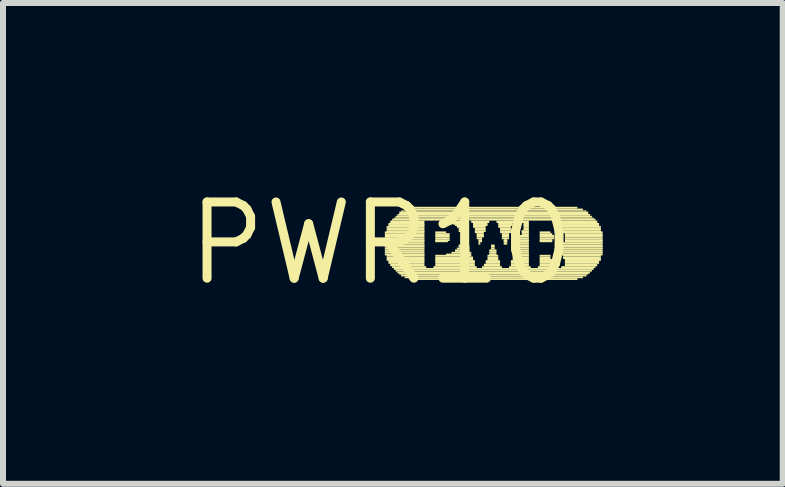
<source format=kicad_pcb>
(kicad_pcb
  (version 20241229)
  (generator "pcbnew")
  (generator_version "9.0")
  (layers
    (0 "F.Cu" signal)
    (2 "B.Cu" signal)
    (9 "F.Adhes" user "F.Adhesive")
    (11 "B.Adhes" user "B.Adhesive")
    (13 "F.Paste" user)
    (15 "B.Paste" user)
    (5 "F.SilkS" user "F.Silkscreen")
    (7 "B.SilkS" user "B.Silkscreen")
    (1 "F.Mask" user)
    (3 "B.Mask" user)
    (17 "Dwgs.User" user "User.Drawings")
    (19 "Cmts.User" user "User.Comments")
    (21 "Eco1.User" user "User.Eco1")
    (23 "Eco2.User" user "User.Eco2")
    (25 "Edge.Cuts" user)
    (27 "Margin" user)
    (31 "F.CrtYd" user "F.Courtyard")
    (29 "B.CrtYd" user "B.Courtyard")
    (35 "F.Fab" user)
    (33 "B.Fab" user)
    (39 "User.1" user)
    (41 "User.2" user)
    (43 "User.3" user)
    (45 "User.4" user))
  (footprint "PWR10"
    (layer "F.Cu")
    (at 3.303 1.006)
    (property "Reference" "PWR10" (at 0 0 0) (layer "F.SilkS") (effects (font (size 1.27 1.27) (thickness 0.15))))
    (fp_poly (pts (xy 0.06 -0.17) (xy 0.72 -0.17) (xy 0.72 -0.2) (xy 0.06 -0.2)) (stroke (width 0) (type default)) (fill yes) (layer "F.SilkS"))
    (fp_poly (pts (xy 0.06 -0.14) (xy 0.72 -0.14) (xy 0.72 -0.17) (xy 0.06 -0.17)) (stroke (width 0) (type default)) (fill yes) (layer "F.SilkS"))
    (fp_poly (pts (xy 0.06 -0.1) (xy 0.72 -0.1) (xy 0.72 -0.14) (xy 0.06 -0.14)) (stroke (width 0) (type default)) (fill yes) (layer "F.SilkS"))
    (fp_poly (pts (xy 0.06 -0.07) (xy 0.72 -0.07) (xy 0.72 -0.1) (xy 0.06 -0.1)) (stroke (width 0) (type default)) (fill yes) (layer "F.SilkS"))
    (fp_poly (pts (xy 0.06 -0.04) (xy 0.72 -0.04) (xy 0.72 -0.07) (xy 0.06 -0.07)) (stroke (width 0) (type default)) (fill yes) (layer "F.SilkS"))
    (fp_poly (pts (xy 0.06 -0.02) (xy 0.72 -0.02) (xy 0.72 -0.05) (xy 0.06 -0.05)) (stroke (width 0) (type default)) (fill yes) (layer "F.SilkS"))
    (fp_poly (pts (xy 0.06 0.02) (xy 0.72 0.02) (xy 0.72 -0.02) (xy 0.06 -0.02)) (stroke (width 0) (type default)) (fill yes) (layer "F.SilkS"))
    (fp_poly (pts (xy 0.06 0.05) (xy 0.72 0.05) (xy 0.72 0.02) (xy 0.06 0.02)) (stroke (width 0) (type default)) (fill yes) (layer "F.SilkS"))
    (fp_poly (pts (xy 0.06 0.07) (xy 0.72 0.07) (xy 0.72 0.04) (xy 0.06 0.04)) (stroke (width 0) (type default)) (fill yes) (layer "F.SilkS"))
    (fp_poly (pts (xy 0.06 0.1) (xy 0.72 0.1) (xy 0.72 0.07) (xy 0.06 0.07)) (stroke (width 0) (type default)) (fill yes) (layer "F.SilkS"))
    (fp_poly (pts (xy 0.06 0.14) (xy 0.72 0.14) (xy 0.72 0.1) (xy 0.06 0.1)) (stroke (width 0) (type default)) (fill yes) (layer "F.SilkS"))
    (fp_poly (pts (xy 0.06 0.17) (xy 0.72 0.17) (xy 0.72 0.14) (xy 0.06 0.14)) (stroke (width 0) (type default)) (fill yes) (layer "F.SilkS"))
    (fp_poly (pts (xy 0.06 0.2) (xy 0.72 0.2) (xy 0.72 0.17) (xy 0.06 0.17)) (stroke (width 0) (type default)) (fill yes) (layer "F.SilkS"))
    (fp_poly (pts (xy 0.09 -0.26) (xy 0.72 -0.26) (xy 0.72 -0.29) (xy 0.09 -0.29)) (stroke (width 0) (type default)) (fill yes) (layer "F.SilkS"))
    (fp_poly (pts (xy 0.09 -0.22) (xy 0.72 -0.22) (xy 0.72 -0.26) (xy 0.09 -0.26)) (stroke (width 0) (type default)) (fill yes) (layer "F.SilkS"))
    (fp_poly (pts (xy 0.09 -0.19) (xy 0.72 -0.19) (xy 0.72 -0.22) (xy 0.09 -0.22)) (stroke (width 0) (type default)) (fill yes) (layer "F.SilkS"))
    (fp_poly (pts (xy 0.09 0.22) (xy 0.72 0.22) (xy 0.72 0.19) (xy 0.09 0.19)) (stroke (width 0) (type default)) (fill yes) (layer "F.SilkS"))
    (fp_poly (pts (xy 0.09 0.26) (xy 0.72 0.26) (xy 0.72 0.22) (xy 0.09 0.22)) (stroke (width 0) (type default)) (fill yes) (layer "F.SilkS"))
    (fp_poly (pts (xy 0.09 0.29) (xy 0.72 0.29) (xy 0.72 0.26) (xy 0.09 0.26)) (stroke (width 0) (type default)) (fill yes) (layer "F.SilkS"))
    (fp_poly (pts (xy 0.12 -0.31) (xy 0.72 -0.31) (xy 0.72 -0.34) (xy 0.12 -0.34)) (stroke (width 0) (type default)) (fill yes) (layer "F.SilkS"))
    (fp_poly (pts (xy 0.12 -0.29) (xy 0.72 -0.29) (xy 0.72 -0.32) (xy 0.12 -0.32)) (stroke (width 0) (type default)) (fill yes) (layer "F.SilkS"))
    (fp_poly (pts (xy 0.12 0.31) (xy 0.72 0.31) (xy 0.72 0.28) (xy 0.12 0.28)) (stroke (width 0) (type default)) (fill yes) (layer "F.SilkS"))
    (fp_poly (pts (xy 0.12 0.34) (xy 0.72 0.34) (xy 0.72 0.31) (xy 0.12 0.31)) (stroke (width 0) (type default)) (fill yes) (layer "F.SilkS"))
    (fp_poly (pts (xy 0.15 -0.34) (xy 0.72 -0.34) (xy 0.72 -0.38) (xy 0.15 -0.38)) (stroke (width 0) (type default)) (fill yes) (layer "F.SilkS"))
    (fp_poly (pts (xy 0.15 0.38) (xy 0.72 0.38) (xy 0.72 0.34) (xy 0.15 0.34)) (stroke (width 0) (type default)) (fill yes) (layer "F.SilkS"))
    (fp_poly (pts (xy 0.18 -0.38) (xy 1.44 -0.38) (xy 1.44 -0.41) (xy 0.18 -0.41)) (stroke (width 0) (type default)) (fill yes) (layer "F.SilkS"))
    (fp_poly (pts (xy 0.18 0.41) (xy 0.75 0.41) (xy 0.75 0.38) (xy 0.18 0.38)) (stroke (width 0) (type default)) (fill yes) (layer "F.SilkS"))
    (fp_poly (pts (xy 0.21 -0.41) (xy 3.54 -0.41) (xy 3.54 -0.43) (xy 0.21 -0.43)) (stroke (width 0) (type default)) (fill yes) (layer "F.SilkS"))
    (fp_poly (pts (xy 0.21 0.44) (xy 3.54 0.44) (xy 3.54 0.41) (xy 0.21 0.41)) (stroke (width 0) (type default)) (fill yes) (layer "F.SilkS"))
    (fp_poly (pts (xy 0.24 -0.43) (xy 3.51 -0.43) (xy 3.51 -0.46) (xy 0.24 -0.46)) (stroke (width 0) (type default)) (fill yes) (layer "F.SilkS"))
    (fp_poly (pts (xy 0.24 0.47) (xy 3.51 0.47) (xy 3.51 0.44) (xy 0.24 0.44)) (stroke (width 0) (type default)) (fill yes) (layer "F.SilkS"))
    (fp_poly (pts (xy 0.27 -0.46) (xy 3.48 -0.46) (xy 3.48 -0.49) (xy 0.27 -0.49)) (stroke (width 0) (type default)) (fill yes) (layer "F.SilkS"))
    (fp_poly (pts (xy 0.27 0.5) (xy 3.48 0.5) (xy 3.48 0.47) (xy 0.27 0.47)) (stroke (width 0) (type default)) (fill yes) (layer "F.SilkS"))
    (fp_poly (pts (xy 0.3 -0.49) (xy 3.45 -0.49) (xy 3.45 -0.53) (xy 0.3 -0.53)) (stroke (width 0) (type default)) (fill yes) (layer "F.SilkS"))
    (fp_poly (pts (xy 0.3 0.52) (xy 3.45 0.52) (xy 3.45 0.49) (xy 0.3 0.49)) (stroke (width 0) (type default)) (fill yes) (layer "F.SilkS"))
    (fp_poly (pts (xy 0.33 -0.53) (xy 3.42 -0.53) (xy 3.42 -0.55) (xy 0.33 -0.55)) (stroke (width 0) (type default)) (fill yes) (layer "F.SilkS"))
    (fp_poly (pts (xy 0.33 0.55) (xy 3.42 0.55) (xy 3.42 0.52) (xy 0.33 0.52)) (stroke (width 0) (type default)) (fill yes) (layer "F.SilkS"))
    (fp_poly (pts (xy 0.39 -0.55) (xy 3.36 -0.55) (xy 3.36 -0.58) (xy 0.39 -0.58)) (stroke (width 0) (type default)) (fill yes) (layer "F.SilkS"))
    (fp_poly (pts (xy 0.39 0.58) (xy 3.36 0.58) (xy 3.36 0.55) (xy 0.39 0.55)) (stroke (width 0) (type default)) (fill yes) (layer "F.SilkS"))
    (fp_poly (pts (xy 0.48 -0.58) (xy 3.27 -0.58) (xy 3.27 -0.61) (xy 0.48 -0.61)) (stroke (width 0) (type default)) (fill yes) (layer "F.SilkS"))
    (fp_poly (pts (xy 0.48 0.61) (xy 3.27 0.61) (xy 3.27 0.58) (xy 0.48 0.58)) (stroke (width 0) (type default)) (fill yes) (layer "F.SilkS"))
    (fp_poly (pts (xy 0.87 0.41) (xy 1.59 0.41) (xy 1.59 0.38) (xy 0.87 0.38)) (stroke (width 0) (type default)) (fill yes) (layer "F.SilkS"))
    (fp_poly (pts (xy 0.9 -0.17) (xy 1.08 -0.17) (xy 1.08 -0.2) (xy 0.9 -0.2)) (stroke (width 0) (type default)) (fill yes) (layer "F.SilkS"))
    (fp_poly (pts (xy 0.9 -0.14) (xy 1.14 -0.14) (xy 1.14 -0.17) (xy 0.9 -0.17)) (stroke (width 0) (type default)) (fill yes) (layer "F.SilkS"))
    (fp_poly (pts (xy 0.9 -0.1) (xy 1.14 -0.1) (xy 1.14 -0.14) (xy 0.9 -0.14)) (stroke (width 0) (type default)) (fill yes) (layer "F.SilkS"))
    (fp_poly (pts (xy 0.9 -0.07) (xy 1.14 -0.07) (xy 1.14 -0.1) (xy 0.9 -0.1)) (stroke (width 0) (type default)) (fill yes) (layer "F.SilkS"))
    (fp_poly (pts (xy 0.9 -0.04) (xy 1.14 -0.04) (xy 1.14 -0.07) (xy 0.9 -0.07)) (stroke (width 0) (type default)) (fill yes) (layer "F.SilkS"))
    (fp_poly (pts (xy 0.9 -0.02) (xy 1.11 -0.02) (xy 1.11 -0.05) (xy 0.9 -0.05)) (stroke (width 0) (type default)) (fill yes) (layer "F.SilkS"))
    (fp_poly (pts (xy 0.9 0.22) (xy 1.5 0.22) (xy 1.5 0.19) (xy 0.9 0.19)) (stroke (width 0) (type default)) (fill yes) (layer "F.SilkS"))
    (fp_poly (pts (xy 0.9 0.26) (xy 1.53 0.26) (xy 1.53 0.22) (xy 0.9 0.22)) (stroke (width 0) (type default)) (fill yes) (layer "F.SilkS"))
    (fp_poly (pts (xy 0.9 0.29) (xy 1.53 0.29) (xy 1.53 0.26) (xy 0.9 0.26)) (stroke (width 0) (type default)) (fill yes) (layer "F.SilkS"))
    (fp_poly (pts (xy 0.9 0.31) (xy 1.56 0.31) (xy 1.56 0.28) (xy 0.9 0.28)) (stroke (width 0) (type default)) (fill yes) (layer "F.SilkS"))
    (fp_poly (pts (xy 0.9 0.34) (xy 1.56 0.34) (xy 1.56 0.31) (xy 0.9 0.31)) (stroke (width 0) (type default)) (fill yes) (layer "F.SilkS"))
    (fp_poly (pts (xy 0.9 0.38) (xy 1.56 0.38) (xy 1.56 0.34) (xy 0.9 0.34)) (stroke (width 0) (type default)) (fill yes) (layer "F.SilkS"))
    (fp_poly (pts (xy 1.08 0.2) (xy 1.5 0.2) (xy 1.5 0.17) (xy 1.08 0.17)) (stroke (width 0) (type default)) (fill yes) (layer "F.SilkS"))
    (fp_poly (pts (xy 1.14 -0.34) (xy 1.38 -0.34) (xy 1.38 -0.38) (xy 1.14 -0.38)) (stroke (width 0) (type default)) (fill yes) (layer "F.SilkS"))
    (fp_poly (pts (xy 1.17 0.17) (xy 1.5 0.17) (xy 1.5 0.14) (xy 1.17 0.14)) (stroke (width 0) (type default)) (fill yes) (layer "F.SilkS"))
    (fp_poly (pts (xy 1.2 -0.31) (xy 1.35 -0.31) (xy 1.35 -0.34) (xy 1.2 -0.34)) (stroke (width 0) (type default)) (fill yes) (layer "F.SilkS"))
    (fp_poly (pts (xy 1.23 -0.29) (xy 1.35 -0.29) (xy 1.35 -0.32) (xy 1.23 -0.32)) (stroke (width 0) (type default)) (fill yes) (layer "F.SilkS"))
    (fp_poly (pts (xy 1.23 0.14) (xy 1.47 0.14) (xy 1.47 0.1) (xy 1.23 0.1)) (stroke (width 0) (type default)) (fill yes) (layer "F.SilkS"))
    (fp_poly (pts (xy 1.26 -0.26) (xy 1.35 -0.26) (xy 1.35 -0.29) (xy 1.26 -0.29)) (stroke (width 0) (type default)) (fill yes) (layer "F.SilkS"))
    (fp_poly (pts (xy 1.26 0.1) (xy 1.47 0.1) (xy 1.47 0.07) (xy 1.26 0.07)) (stroke (width 0) (type default)) (fill yes) (layer "F.SilkS"))
    (fp_poly (pts (xy 1.29 -0.22) (xy 1.35 -0.22) (xy 1.35 -0.26) (xy 1.29 -0.26)) (stroke (width 0) (type default)) (fill yes) (layer "F.SilkS"))
    (fp_poly (pts (xy 1.29 -0.19) (xy 1.38 -0.19) (xy 1.38 -0.22) (xy 1.29 -0.22)) (stroke (width 0) (type default)) (fill yes) (layer "F.SilkS"))
    (fp_poly (pts (xy 1.29 0.05) (xy 1.44 0.05) (xy 1.44 0.02) (xy 1.29 0.02)) (stroke (width 0) (type default)) (fill yes) (layer "F.SilkS"))
    (fp_poly (pts (xy 1.29 0.07) (xy 1.47 0.07) (xy 1.47 0.04) (xy 1.29 0.04)) (stroke (width 0) (type default)) (fill yes) (layer "F.SilkS"))
    (fp_poly (pts (xy 1.32 -0.17) (xy 1.38 -0.17) (xy 1.38 -0.2) (xy 1.32 -0.2)) (stroke (width 0) (type default)) (fill yes) (layer "F.SilkS"))
    (fp_poly (pts (xy 1.32 -0.14) (xy 1.38 -0.14) (xy 1.38 -0.17) (xy 1.32 -0.17)) (stroke (width 0) (type default)) (fill yes) (layer "F.SilkS"))
    (fp_poly (pts (xy 1.32 -0.1) (xy 1.41 -0.1) (xy 1.41 -0.14) (xy 1.32 -0.14)) (stroke (width 0) (type default)) (fill yes) (layer "F.SilkS"))
    (fp_poly (pts (xy 1.32 -0.07) (xy 1.41 -0.07) (xy 1.41 -0.1) (xy 1.32 -0.1)) (stroke (width 0) (type default)) (fill yes) (layer "F.SilkS"))
    (fp_poly (pts (xy 1.32 -0.04) (xy 1.41 -0.04) (xy 1.41 -0.07) (xy 1.32 -0.07)) (stroke (width 0) (type default)) (fill yes) (layer "F.SilkS"))
    (fp_poly (pts (xy 1.32 -0.02) (xy 1.44 -0.02) (xy 1.44 -0.05) (xy 1.32 -0.05)) (stroke (width 0) (type default)) (fill yes) (layer "F.SilkS"))
    (fp_poly (pts (xy 1.32 0.02) (xy 1.44 0.02) (xy 1.44 -0.02) (xy 1.32 -0.02)) (stroke (width 0) (type default)) (fill yes) (layer "F.SilkS"))
    (fp_poly (pts (xy 1.47 -0.38) (xy 2.25 -0.38) (xy 2.25 -0.41) (xy 1.47 -0.41)) (stroke (width 0) (type default)) (fill yes) (layer "F.SilkS"))
    (fp_poly (pts (xy 1.5 -0.34) (xy 1.8 -0.34) (xy 1.8 -0.38) (xy 1.5 -0.38)) (stroke (width 0) (type default)) (fill yes) (layer "F.SilkS"))
    (fp_poly (pts (xy 1.53 -0.31) (xy 1.77 -0.31) (xy 1.77 -0.34) (xy 1.53 -0.34)) (stroke (width 0) (type default)) (fill yes) (layer "F.SilkS"))
    (fp_poly (pts (xy 1.53 -0.29) (xy 1.77 -0.29) (xy 1.77 -0.32) (xy 1.53 -0.32)) (stroke (width 0) (type default)) (fill yes) (layer "F.SilkS"))
    (fp_poly (pts (xy 1.53 -0.26) (xy 1.74 -0.26) (xy 1.74 -0.29) (xy 1.53 -0.29)) (stroke (width 0) (type default)) (fill yes) (layer "F.SilkS"))
    (fp_poly (pts (xy 1.56 -0.22) (xy 1.74 -0.22) (xy 1.74 -0.26) (xy 1.56 -0.26)) (stroke (width 0) (type default)) (fill yes) (layer "F.SilkS"))
    (fp_poly (pts (xy 1.56 -0.19) (xy 1.74 -0.19) (xy 1.74 -0.22) (xy 1.56 -0.22)) (stroke (width 0) (type default)) (fill yes) (layer "F.SilkS"))
    (fp_poly (pts (xy 1.56 -0.17) (xy 1.71 -0.17) (xy 1.71 -0.2) (xy 1.56 -0.2)) (stroke (width 0) (type default)) (fill yes) (layer "F.SilkS"))
    (fp_poly (pts (xy 1.59 -0.14) (xy 1.71 -0.14) (xy 1.71 -0.17) (xy 1.59 -0.17)) (stroke (width 0) (type default)) (fill yes) (layer "F.SilkS"))
    (fp_poly (pts (xy 1.59 -0.1) (xy 1.71 -0.1) (xy 1.71 -0.14) (xy 1.59 -0.14)) (stroke (width 0) (type default)) (fill yes) (layer "F.SilkS"))
    (fp_poly (pts (xy 1.59 -0.07) (xy 1.68 -0.07) (xy 1.68 -0.1) (xy 1.59 -0.1)) (stroke (width 0) (type default)) (fill yes) (layer "F.SilkS"))
    (fp_poly (pts (xy 1.62 -0.04) (xy 1.68 -0.04) (xy 1.68 -0.07) (xy 1.62 -0.07)) (stroke (width 0) (type default)) (fill yes) (layer "F.SilkS"))
    (fp_poly (pts (xy 1.62 -0.02) (xy 1.68 -0.02) (xy 1.68 -0.05) (xy 1.62 -0.05)) (stroke (width 0) (type default)) (fill yes) (layer "F.SilkS"))
    (fp_poly (pts (xy 1.62 0.02) (xy 1.65 0.02) (xy 1.65 -0.02) (xy 1.62 -0.02)) (stroke (width 0) (type default)) (fill yes) (layer "F.SilkS"))
    (fp_poly (pts (xy 1.68 0.41) (xy 2.01 0.41) (xy 2.01 0.38) (xy 1.68 0.38)) (stroke (width 0) (type default)) (fill yes) (layer "F.SilkS"))
    (fp_poly (pts (xy 1.71 0.38) (xy 1.98 0.38) (xy 1.98 0.34) (xy 1.71 0.34)) (stroke (width 0) (type default)) (fill yes) (layer "F.SilkS"))
    (fp_poly (pts (xy 1.74 0.31) (xy 1.98 0.31) (xy 1.98 0.28) (xy 1.74 0.28)) (stroke (width 0) (type default)) (fill yes) (layer "F.SilkS"))
    (fp_poly (pts (xy 1.74 0.34) (xy 1.98 0.34) (xy 1.98 0.31) (xy 1.74 0.31)) (stroke (width 0) (type default)) (fill yes) (layer "F.SilkS"))
    (fp_poly (pts (xy 1.77 0.22) (xy 1.95 0.22) (xy 1.95 0.19) (xy 1.77 0.19)) (stroke (width 0) (type default)) (fill yes) (layer "F.SilkS"))
    (fp_poly (pts (xy 1.77 0.26) (xy 1.95 0.26) (xy 1.95 0.22) (xy 1.77 0.22)) (stroke (width 0) (type default)) (fill yes) (layer "F.SilkS"))
    (fp_poly (pts (xy 1.77 0.29) (xy 1.95 0.29) (xy 1.95 0.26) (xy 1.77 0.26)) (stroke (width 0) (type default)) (fill yes) (layer "F.SilkS"))
    (fp_poly (pts (xy 1.8 0.14) (xy 1.92 0.14) (xy 1.92 0.1) (xy 1.8 0.1)) (stroke (width 0) (type default)) (fill yes) (layer "F.SilkS"))
    (fp_poly (pts (xy 1.8 0.17) (xy 1.92 0.17) (xy 1.92 0.14) (xy 1.8 0.14)) (stroke (width 0) (type default)) (fill yes) (layer "F.SilkS"))
    (fp_poly (pts (xy 1.8 0.2) (xy 1.92 0.2) (xy 1.92 0.17) (xy 1.8 0.17)) (stroke (width 0) (type default)) (fill yes) (layer "F.SilkS"))
    (fp_poly (pts (xy 1.83 0.05) (xy 1.89 0.05) (xy 1.89 0.02) (xy 1.83 0.02)) (stroke (width 0) (type default)) (fill yes) (layer "F.SilkS"))
    (fp_poly (pts (xy 1.83 0.07) (xy 1.89 0.07) (xy 1.89 0.04) (xy 1.83 0.04)) (stroke (width 0) (type default)) (fill yes) (layer "F.SilkS"))
    (fp_poly (pts (xy 1.83 0.1) (xy 1.89 0.1) (xy 1.89 0.07) (xy 1.83 0.07)) (stroke (width 0) (type default)) (fill yes) (layer "F.SilkS"))
    (fp_poly (pts (xy 1.92 -0.34) (xy 2.22 -0.34) (xy 2.22 -0.38) (xy 1.92 -0.38)) (stroke (width 0) (type default)) (fill yes) (layer "F.SilkS"))
    (fp_poly (pts (xy 1.95 -0.31) (xy 2.19 -0.31) (xy 2.19 -0.34) (xy 1.95 -0.34)) (stroke (width 0) (type default)) (fill yes) (layer "F.SilkS"))
    (fp_poly (pts (xy 1.95 -0.29) (xy 2.19 -0.29) (xy 2.19 -0.32) (xy 1.95 -0.32)) (stroke (width 0) (type default)) (fill yes) (layer "F.SilkS"))
    (fp_poly (pts (xy 1.95 -0.26) (xy 2.16 -0.26) (xy 2.16 -0.29) (xy 1.95 -0.29)) (stroke (width 0) (type default)) (fill yes) (layer "F.SilkS"))
    (fp_poly (pts (xy 1.98 -0.22) (xy 2.16 -0.22) (xy 2.16 -0.26) (xy 1.98 -0.26)) (stroke (width 0) (type default)) (fill yes) (layer "F.SilkS"))
    (fp_poly (pts (xy 1.98 -0.19) (xy 2.16 -0.19) (xy 2.16 -0.22) (xy 1.98 -0.22)) (stroke (width 0) (type default)) (fill yes) (layer "F.SilkS"))
    (fp_poly (pts (xy 1.98 -0.17) (xy 2.16 -0.17) (xy 2.16 -0.2) (xy 1.98 -0.2)) (stroke (width 0) (type default)) (fill yes) (layer "F.SilkS"))
    (fp_poly (pts (xy 2.01 -0.14) (xy 2.13 -0.14) (xy 2.13 -0.17) (xy 2.01 -0.17)) (stroke (width 0) (type default)) (fill yes) (layer "F.SilkS"))
    (fp_poly (pts (xy 2.01 -0.1) (xy 2.13 -0.1) (xy 2.13 -0.14) (xy 2.01 -0.14)) (stroke (width 0) (type default)) (fill yes) (layer "F.SilkS"))
    (fp_poly (pts (xy 2.01 -0.07) (xy 2.13 -0.07) (xy 2.13 -0.1) (xy 2.01 -0.1)) (stroke (width 0) (type default)) (fill yes) (layer "F.SilkS"))
    (fp_poly (pts (xy 2.04 -0.04) (xy 2.1 -0.04) (xy 2.1 -0.07) (xy 2.04 -0.07)) (stroke (width 0) (type default)) (fill yes) (layer "F.SilkS"))
    (fp_poly (pts (xy 2.04 -0.02) (xy 2.1 -0.02) (xy 2.1 -0.05) (xy 2.04 -0.05)) (stroke (width 0) (type default)) (fill yes) (layer "F.SilkS"))
    (fp_poly (pts (xy 2.04 0.02) (xy 2.1 0.02) (xy 2.1 -0.02) (xy 2.04 -0.02)) (stroke (width 0) (type default)) (fill yes) (layer "F.SilkS"))
    (fp_poly (pts (xy 2.13 0.41) (xy 2.49 0.41) (xy 2.49 0.38) (xy 2.13 0.38)) (stroke (width 0) (type default)) (fill yes) (layer "F.SilkS"))
    (fp_poly (pts (xy 2.16 0.31) (xy 2.46 0.31) (xy 2.46 0.28) (xy 2.16 0.28)) (stroke (width 0) (type default)) (fill yes) (layer "F.SilkS"))
    (fp_poly (pts (xy 2.16 0.34) (xy 2.46 0.34) (xy 2.46 0.31) (xy 2.16 0.31)) (stroke (width 0) (type default)) (fill yes) (layer "F.SilkS"))
    (fp_poly (pts (xy 2.16 0.38) (xy 2.46 0.38) (xy 2.46 0.34) (xy 2.16 0.34)) (stroke (width 0) (type default)) (fill yes) (layer "F.SilkS"))
    (fp_poly (pts (xy 2.19 0.22) (xy 2.46 0.22) (xy 2.46 0.19) (xy 2.19 0.19)) (stroke (width 0) (type default)) (fill yes) (layer "F.SilkS"))
    (fp_poly (pts (xy 2.19 0.26) (xy 2.46 0.26) (xy 2.46 0.22) (xy 2.19 0.22)) (stroke (width 0) (type default)) (fill yes) (layer "F.SilkS"))
    (fp_poly (pts (xy 2.19 0.29) (xy 2.46 0.29) (xy 2.46 0.26) (xy 2.19 0.26)) (stroke (width 0) (type default)) (fill yes) (layer "F.SilkS"))
    (fp_poly (pts (xy 2.22 0.17) (xy 2.46 0.17) (xy 2.46 0.14) (xy 2.22 0.14)) (stroke (width 0) (type default)) (fill yes) (layer "F.SilkS"))
    (fp_poly (pts (xy 2.22 0.2) (xy 2.46 0.2) (xy 2.46 0.17) (xy 2.22 0.17)) (stroke (width 0) (type default)) (fill yes) (layer "F.SilkS"))
    (fp_poly (pts (xy 2.25 0.07) (xy 2.46 0.07) (xy 2.46 0.04) (xy 2.25 0.04)) (stroke (width 0) (type default)) (fill yes) (layer "F.SilkS"))
    (fp_poly (pts (xy 2.25 0.1) (xy 2.46 0.1) (xy 2.46 0.07) (xy 2.25 0.07)) (stroke (width 0) (type default)) (fill yes) (layer "F.SilkS"))
    (fp_poly (pts (xy 2.25 0.14) (xy 2.46 0.14) (xy 2.46 0.1) (xy 2.25 0.1)) (stroke (width 0) (type default)) (fill yes) (layer "F.SilkS"))
    (fp_poly (pts (xy 2.28 -0.38) (xy 3.57 -0.38) (xy 3.57 -0.41) (xy 2.28 -0.41)) (stroke (width 0) (type default)) (fill yes) (layer "F.SilkS"))
    (fp_poly (pts (xy 2.28 -0.02) (xy 2.46 -0.02) (xy 2.46 -0.05) (xy 2.28 -0.05)) (stroke (width 0) (type default)) (fill yes) (layer "F.SilkS"))
    (fp_poly (pts (xy 2.28 0.02) (xy 2.46 0.02) (xy 2.46 -0.02) (xy 2.28 -0.02)) (stroke (width 0) (type default)) (fill yes) (layer "F.SilkS"))
    (fp_poly (pts (xy 2.28 0.05) (xy 2.46 0.05) (xy 2.46 0.02) (xy 2.28 0.02)) (stroke (width 0) (type default)) (fill yes) (layer "F.SilkS"))
    (fp_poly (pts (xy 2.31 -0.1) (xy 2.46 -0.1) (xy 2.46 -0.14) (xy 2.31 -0.14)) (stroke (width 0) (type default)) (fill yes) (layer "F.SilkS"))
    (fp_poly (pts (xy 2.31 -0.07) (xy 2.46 -0.07) (xy 2.46 -0.1) (xy 2.31 -0.1)) (stroke (width 0) (type default)) (fill yes) (layer "F.SilkS"))
    (fp_poly (pts (xy 2.31 -0.04) (xy 2.46 -0.04) (xy 2.46 -0.07) (xy 2.31 -0.07)) (stroke (width 0) (type default)) (fill yes) (layer "F.SilkS"))
    (fp_poly (pts (xy 2.34 -0.34) (xy 2.46 -0.34) (xy 2.46 -0.38) (xy 2.34 -0.38)) (stroke (width 0) (type default)) (fill yes) (layer "F.SilkS"))
    (fp_poly (pts (xy 2.34 -0.19) (xy 2.46 -0.19) (xy 2.46 -0.22) (xy 2.34 -0.22)) (stroke (width 0) (type default)) (fill yes) (layer "F.SilkS"))
    (fp_poly (pts (xy 2.34 -0.17) (xy 2.46 -0.17) (xy 2.46 -0.2) (xy 2.34 -0.2)) (stroke (width 0) (type default)) (fill yes) (layer "F.SilkS"))
    (fp_poly (pts (xy 2.34 -0.14) (xy 2.46 -0.14) (xy 2.46 -0.17) (xy 2.34 -0.17)) (stroke (width 0) (type default)) (fill yes) (layer "F.SilkS"))
    (fp_poly (pts (xy 2.37 -0.31) (xy 2.46 -0.31) (xy 2.46 -0.34) (xy 2.37 -0.34)) (stroke (width 0) (type default)) (fill yes) (layer "F.SilkS"))
    (fp_poly (pts (xy 2.37 -0.29) (xy 2.46 -0.29) (xy 2.46 -0.32) (xy 2.37 -0.32)) (stroke (width 0) (type default)) (fill yes) (layer "F.SilkS"))
    (fp_poly (pts (xy 2.37 -0.26) (xy 2.46 -0.26) (xy 2.46 -0.29) (xy 2.37 -0.29)) (stroke (width 0) (type default)) (fill yes) (layer "F.SilkS"))
    (fp_poly (pts (xy 2.37 -0.22) (xy 2.46 -0.22) (xy 2.46 -0.26) (xy 2.37 -0.26)) (stroke (width 0) (type default)) (fill yes) (layer "F.SilkS"))
    (fp_poly (pts (xy 2.61 0.41) (xy 2.91 0.41) (xy 2.91 0.38) (xy 2.61 0.38)) (stroke (width 0) (type default)) (fill yes) (layer "F.SilkS"))
    (fp_poly (pts (xy 2.64 -0.17) (xy 2.82 -0.17) (xy 2.82 -0.2) (xy 2.64 -0.2)) (stroke (width 0) (type default)) (fill yes) (layer "F.SilkS"))
    (fp_poly (pts (xy 2.64 -0.14) (xy 2.85 -0.14) (xy 2.85 -0.17) (xy 2.64 -0.17)) (stroke (width 0) (type default)) (fill yes) (layer "F.SilkS"))
    (fp_poly (pts (xy 2.64 -0.1) (xy 2.88 -0.1) (xy 2.88 -0.14) (xy 2.64 -0.14)) (stroke (width 0) (type default)) (fill yes) (layer "F.SilkS"))
    (fp_poly (pts (xy 2.64 -0.07) (xy 2.88 -0.07) (xy 2.88 -0.1) (xy 2.64 -0.1)) (stroke (width 0) (type default)) (fill yes) (layer "F.SilkS"))
    (fp_poly (pts (xy 2.64 -0.04) (xy 2.85 -0.04) (xy 2.85 -0.07) (xy 2.64 -0.07)) (stroke (width 0) (type default)) (fill yes) (layer "F.SilkS"))
    (fp_poly (pts (xy 2.64 -0.02) (xy 2.85 -0.02) (xy 2.85 -0.05) (xy 2.64 -0.05)) (stroke (width 0) (type default)) (fill yes) (layer "F.SilkS"))
    (fp_poly (pts (xy 2.64 0.22) (xy 2.82 0.22) (xy 2.82 0.19) (xy 2.64 0.19)) (stroke (width 0) (type default)) (fill yes) (layer "F.SilkS"))
    (fp_poly (pts (xy 2.64 0.26) (xy 2.82 0.26) (xy 2.82 0.22) (xy 2.64 0.22)) (stroke (width 0) (type default)) (fill yes) (layer "F.SilkS"))
    (fp_poly (pts (xy 2.64 0.29) (xy 2.85 0.29) (xy 2.85 0.26) (xy 2.64 0.26)) (stroke (width 0) (type default)) (fill yes) (layer "F.SilkS"))
    (fp_poly (pts (xy 2.64 0.31) (xy 2.85 0.31) (xy 2.85 0.28) (xy 2.64 0.28)) (stroke (width 0) (type default)) (fill yes) (layer "F.SilkS"))
    (fp_poly (pts (xy 2.64 0.34) (xy 2.88 0.34) (xy 2.88 0.31) (xy 2.64 0.31)) (stroke (width 0) (type default)) (fill yes) (layer "F.SilkS"))
    (fp_poly (pts (xy 2.64 0.38) (xy 2.88 0.38) (xy 2.88 0.34) (xy 2.64 0.34)) (stroke (width 0) (type default)) (fill yes) (layer "F.SilkS"))
    (fp_poly (pts (xy 2.88 -0.34) (xy 3.6 -0.34) (xy 3.6 -0.38) (xy 2.88 -0.38)) (stroke (width 0) (type default)) (fill yes) (layer "F.SilkS"))
    (fp_poly (pts (xy 2.94 -0.31) (xy 3.63 -0.31) (xy 3.63 -0.34) (xy 2.94 -0.34)) (stroke (width 0) (type default)) (fill yes) (layer "F.SilkS"))
    (fp_poly (pts (xy 2.97 -0.29) (xy 3.63 -0.29) (xy 3.63 -0.32) (xy 2.97 -0.32)) (stroke (width 0) (type default)) (fill yes) (layer "F.SilkS"))
    (fp_poly (pts (xy 2.97 0.1) (xy 3.69 0.1) (xy 3.69 0.07) (xy 2.97 0.07)) (stroke (width 0) (type default)) (fill yes) (layer "F.SilkS"))
    (fp_poly (pts (xy 2.97 0.14) (xy 3.69 0.14) (xy 3.69 0.1) (xy 2.97 0.1)) (stroke (width 0) (type default)) (fill yes) (layer "F.SilkS"))
    (fp_poly (pts (xy 3 -0.26) (xy 3.66 -0.26) (xy 3.66 -0.29) (xy 3 -0.29)) (stroke (width 0) (type default)) (fill yes) (layer "F.SilkS"))
    (fp_poly (pts (xy 3 0.07) (xy 3.69 0.07) (xy 3.69 0.04) (xy 3 0.04)) (stroke (width 0) (type default)) (fill yes) (layer "F.SilkS"))
    (fp_poly (pts (xy 3 0.17) (xy 3.69 0.17) (xy 3.69 0.14) (xy 3 0.14)) (stroke (width 0) (type default)) (fill yes) (layer "F.SilkS"))
    (fp_poly (pts (xy 3 0.2) (xy 3.69 0.2) (xy 3.69 0.17) (xy 3 0.17)) (stroke (width 0) (type default)) (fill yes) (layer "F.SilkS"))
    (fp_poly (pts (xy 3 0.41) (xy 3.57 0.41) (xy 3.57 0.38) (xy 3 0.38)) (stroke (width 0) (type default)) (fill yes) (layer "F.SilkS"))
    (fp_poly (pts (xy 3.03 -0.22) (xy 3.66 -0.22) (xy 3.66 -0.26) (xy 3.03 -0.26)) (stroke (width 0) (type default)) (fill yes) (layer "F.SilkS"))
    (fp_poly (pts (xy 3.03 -0.19) (xy 3.66 -0.19) (xy 3.66 -0.22) (xy 3.03 -0.22)) (stroke (width 0) (type default)) (fill yes) (layer "F.SilkS"))
    (fp_poly (pts (xy 3.03 -0.17) (xy 3.69 -0.17) (xy 3.69 -0.2) (xy 3.03 -0.2)) (stroke (width 0) (type default)) (fill yes) (layer "F.SilkS"))
    (fp_poly (pts (xy 3.03 0.02) (xy 3.69 0.02) (xy 3.69 -0.02) (xy 3.03 -0.02)) (stroke (width 0) (type default)) (fill yes) (layer "F.SilkS"))
    (fp_poly (pts (xy 3.03 0.05) (xy 3.69 0.05) (xy 3.69 0.02) (xy 3.03 0.02)) (stroke (width 0) (type default)) (fill yes) (layer "F.SilkS"))
    (fp_poly (pts (xy 3.03 0.22) (xy 3.66 0.22) (xy 3.66 0.19) (xy 3.03 0.19)) (stroke (width 0) (type default)) (fill yes) (layer "F.SilkS"))
    (fp_poly (pts (xy 3.03 0.26) (xy 3.66 0.26) (xy 3.66 0.22) (xy 3.03 0.22)) (stroke (width 0) (type default)) (fill yes) (layer "F.SilkS"))
    (fp_poly (pts (xy 3.06 -0.14) (xy 3.69 -0.14) (xy 3.69 -0.17) (xy 3.06 -0.17)) (stroke (width 0) (type default)) (fill yes) (layer "F.SilkS"))
    (fp_poly (pts (xy 3.06 -0.1) (xy 3.69 -0.1) (xy 3.69 -0.14) (xy 3.06 -0.14)) (stroke (width 0) (type default)) (fill yes) (layer "F.SilkS"))
    (fp_poly (pts (xy 3.06 -0.07) (xy 3.69 -0.07) (xy 3.69 -0.1) (xy 3.06 -0.1)) (stroke (width 0) (type default)) (fill yes) (layer "F.SilkS"))
    (fp_poly (pts (xy 3.06 -0.04) (xy 3.69 -0.04) (xy 3.69 -0.07) (xy 3.06 -0.07)) (stroke (width 0) (type default)) (fill yes) (layer "F.SilkS"))
    (fp_poly (pts (xy 3.06 -0.02) (xy 3.69 -0.02) (xy 3.69 -0.05) (xy 3.06 -0.05)) (stroke (width 0) (type default)) (fill yes) (layer "F.SilkS"))
    (fp_poly (pts (xy 3.06 0.29) (xy 3.66 0.29) (xy 3.66 0.26) (xy 3.06 0.26)) (stroke (width 0) (type default)) (fill yes) (layer "F.SilkS"))
    (fp_poly (pts (xy 3.06 0.31) (xy 3.63 0.31) (xy 3.63 0.28) (xy 3.06 0.28)) (stroke (width 0) (type default)) (fill yes) (layer "F.SilkS"))
    (fp_poly (pts (xy 3.06 0.34) (xy 3.63 0.34) (xy 3.63 0.31) (xy 3.06 0.31)) (stroke (width 0) (type default)) (fill yes) (layer "F.SilkS"))
    (fp_poly (pts (xy 3.06 0.38) (xy 3.6 0.38) (xy 3.6 0.34) (xy 3.06 0.34)) (stroke (width 0) (type default)) (fill yes) (layer "F.SilkS")))
  (gr_rect
    (start -3 -3)
    (end 9.993 5.012)
    (stroke (width 0.1) (type default))
    (fill no)
    (layer "Edge.Cuts")))
</source>
